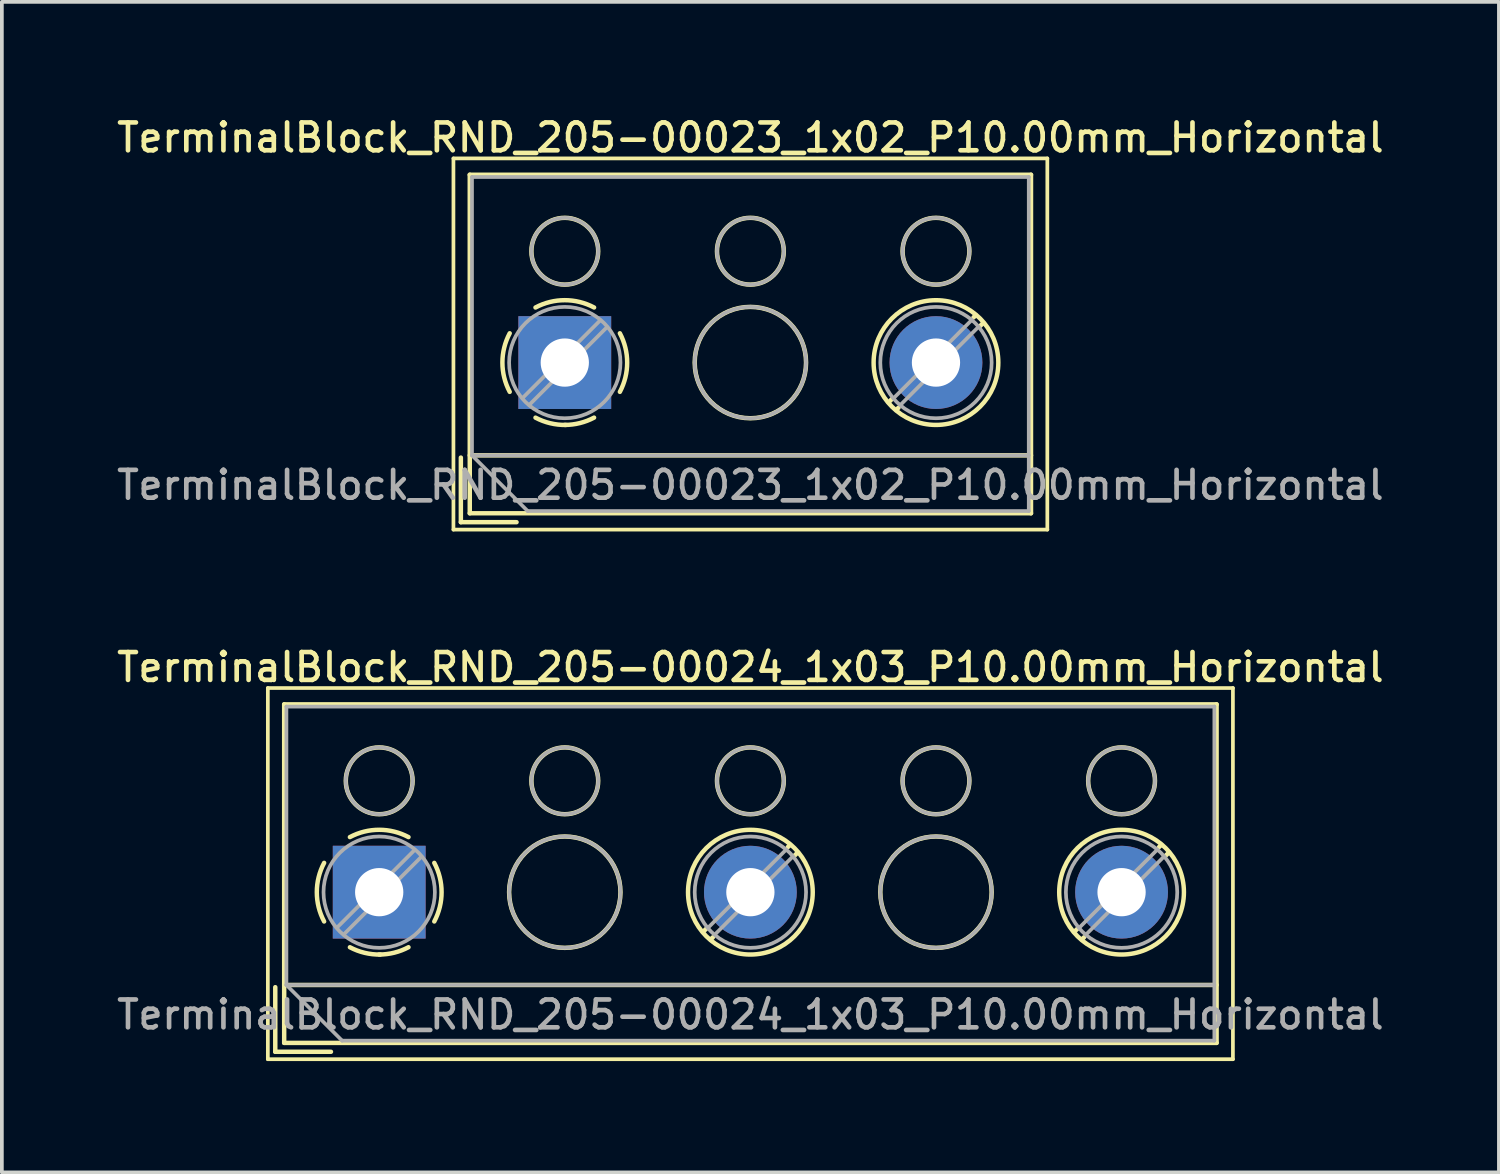
<source format=kicad_pcb>
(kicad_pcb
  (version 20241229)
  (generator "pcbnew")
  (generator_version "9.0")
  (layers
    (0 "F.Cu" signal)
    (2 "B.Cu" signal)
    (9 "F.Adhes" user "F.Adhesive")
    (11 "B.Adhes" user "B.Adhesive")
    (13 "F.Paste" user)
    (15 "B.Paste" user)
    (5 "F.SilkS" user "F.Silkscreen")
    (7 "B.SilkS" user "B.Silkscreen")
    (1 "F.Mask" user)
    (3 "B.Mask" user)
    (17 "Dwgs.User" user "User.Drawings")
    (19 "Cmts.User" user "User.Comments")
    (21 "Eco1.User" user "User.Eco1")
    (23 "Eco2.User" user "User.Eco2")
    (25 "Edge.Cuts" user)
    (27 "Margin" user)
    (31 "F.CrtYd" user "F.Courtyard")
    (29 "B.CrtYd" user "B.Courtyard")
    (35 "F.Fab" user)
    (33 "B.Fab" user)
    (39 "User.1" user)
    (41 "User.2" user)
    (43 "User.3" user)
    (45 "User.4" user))
  (footprint "TerminalBlock_RND_205-00024_1x03_P10.00mm_Horizontal"
    (layer "F.Cu")
    (at 7.166 20.986)
    (property "Reference" "TerminalBlock_RND_205-00024_1x03_P10.00mm_Horizontal" (at 10 -6.06 0) (layer "F.SilkS") (effects (font (size 0.75 0.75) (thickness 0.125))))
    (attr through_hole)
    (fp_line (start -3 -5.5) (end -3 4.5) (stroke (width 0.1) (type solid)) (layer "F.SilkS"))
    (fp_line (start -3 4.5) (end 23 4.5) (stroke (width 0.1) (type solid)) (layer "F.SilkS"))
    (fp_line (start -2.8 2.56) (end -2.8 4.3) (stroke (width 0.12) (type solid)) (layer "F.SilkS"))
    (fp_line (start -2.8 4.3) (end -1.3 4.3) (stroke (width 0.12) (type solid)) (layer "F.SilkS"))
    (fp_line (start -2.56 -5.06) (end -2.56 4.06) (stroke (width 0.12) (type solid)) (layer "F.SilkS"))
    (fp_line (start -2.56 -5.06) (end 22.56 -5.06) (stroke (width 0.12) (type solid)) (layer "F.SilkS"))
    (fp_line (start -2.56 2.5) (end 22.56 2.5) (stroke (width 0.12) (type solid)) (layer "F.SilkS"))
    (fp_line (start -2.56 4.06) (end 22.56 4.06) (stroke (width 0.12) (type solid)) (layer "F.SilkS"))
    (fp_line (start 8.82 0.976) (end 8.726 1.069) (stroke (width 0.12) (type solid)) (layer "F.SilkS"))
    (fp_line (start 8.99 1.216) (end 8.931 1.274) (stroke (width 0.12) (type solid)) (layer "F.SilkS"))
    (fp_line (start 11.07 -1.275) (end 11.011 -1.216) (stroke (width 0.12) (type solid)) (layer "F.SilkS"))
    (fp_line (start 11.275 -1.069) (end 11.181 -0.976) (stroke (width 0.12) (type solid)) (layer "F.SilkS"))
    (fp_line (start 18.82 0.976) (end 18.726 1.069) (stroke (width 0.12) (type solid)) (layer "F.SilkS"))
    (fp_line (start 18.99 1.216) (end 18.931 1.274) (stroke (width 0.12) (type solid)) (layer "F.SilkS"))
    (fp_line (start 21.07 -1.275) (end 21.011 -1.216) (stroke (width 0.12) (type solid)) (layer "F.SilkS"))
    (fp_line (start 21.275 -1.069) (end 21.181 -0.976) (stroke (width 0.12) (type solid)) (layer "F.SilkS"))
    (fp_line (start 22.56 -5.06) (end 22.56 4.06) (stroke (width 0.12) (type solid)) (layer "F.SilkS"))
    (fp_line (start 23 -5.5) (end -3 -5.5) (stroke (width 0.1) (type solid)) (layer "F.SilkS"))
    (fp_line (start 23 4.5) (end 23 -5.5) (stroke (width 0.1) (type solid)) (layer "F.SilkS"))
    (fp_arc (start -1.483953 0.789089) (mid -1.680708 0.00005) (end -1.484 -0.789) (stroke (width 0.12) (type solid)) (layer "F.SilkS"))
    (fp_arc (start -0.789089 -1.483953) (mid -0.00005 -1.680708) (end 0.789 -1.484) (stroke (width 0.12) (type solid)) (layer "F.SilkS"))
    (fp_arc (start 0.029383 1.68045) (mid -0.392304 1.634281) (end -0.789 1.484) (stroke (width 0.12) (type solid)) (layer "F.SilkS"))
    (fp_arc (start 0.788712 1.483352) (mid 0.406429 1.630097) (end 0 1.68) (stroke (width 0.12) (type solid)) (layer "F.SilkS"))
    (fp_arc (start 1.483953 -0.789089) (mid 1.680708 -0.00005) (end 1.484 0.789) (stroke (width 0.12) (type solid)) (layer "F.SilkS"))
    (fp_circle (center 0 -3) (end 0.9 -3) (stroke (width 0.12) (type solid)) (fill no) (layer "F.SilkS"))
    (fp_circle (center 5 -3) (end 5.9 -3) (stroke (width 0.12) (type solid)) (fill no) (layer "F.SilkS"))
    (fp_circle (center 5 0) (end 6.5 0) (stroke (width 0.12) (type solid)) (fill no) (layer "F.SilkS"))
    (fp_circle (center 10 -3) (end 10.9 -3) (stroke (width 0.12) (type solid)) (fill no) (layer "F.SilkS"))
    (fp_circle (center 10 0) (end 11.68 0) (stroke (width 0.12) (type solid)) (fill no) (layer "F.SilkS"))
    (fp_circle (center 15 -3) (end 15.9 -3) (stroke (width 0.12) (type solid)) (fill no) (layer "F.SilkS"))
    (fp_circle (center 15 0) (end 16.5 0) (stroke (width 0.12) (type solid)) (fill no) (layer "F.SilkS"))
    (fp_circle (center 20 -3) (end 20.9 -3) (stroke (width 0.12) (type solid)) (fill no) (layer "F.SilkS"))
    (fp_circle (center 20 0) (end 21.68 0) (stroke (width 0.12) (type solid)) (fill no) (layer "F.SilkS"))
    (fp_line (start -2.5 -5) (end 22.5 -5) (stroke (width 0.1) (type solid)) (layer "F.Fab"))
    (fp_line (start -2.5 2.5) (end -2.5 -5) (stroke (width 0.1) (type solid)) (layer "F.Fab"))
    (fp_line (start -2.5 2.5) (end 22.5 2.5) (stroke (width 0.1) (type solid)) (layer "F.Fab"))
    (fp_line (start -1 4) (end -2.5 2.5) (stroke (width 0.1) (type solid)) (layer "F.Fab"))
    (fp_line (start 0.955 -1.138) (end -1.138 0.955) (stroke (width 0.1) (type solid)) (layer "F.Fab"))
    (fp_line (start 1.138 -0.955) (end -0.955 1.138) (stroke (width 0.1) (type solid)) (layer "F.Fab"))
    (fp_line (start 10.955 -1.138) (end 8.863 0.955) (stroke (width 0.1) (type solid)) (layer "F.Fab"))
    (fp_line (start 11.138 -0.955) (end 9.046 1.138) (stroke (width 0.1) (type solid)) (layer "F.Fab"))
    (fp_line (start 20.955 -1.138) (end 18.863 0.955) (stroke (width 0.1) (type solid)) (layer "F.Fab"))
    (fp_line (start 21.138 -0.955) (end 19.046 1.138) (stroke (width 0.1) (type solid)) (layer "F.Fab"))
    (fp_line (start 22.5 -5) (end 22.5 4) (stroke (width 0.1) (type solid)) (layer "F.Fab"))
    (fp_line (start 22.5 4) (end -1 4) (stroke (width 0.1) (type solid)) (layer "F.Fab"))
    (fp_circle (center 0 -3) (end 0.9 -3) (stroke (width 0.1) (type solid)) (fill no) (layer "F.Fab"))
    (fp_circle (center 0 0) (end 1.5 0) (stroke (width 0.1) (type solid)) (fill no) (layer "F.Fab"))
    (fp_circle (center 5 -3) (end 5.9 -3) (stroke (width 0.1) (type solid)) (fill no) (layer "F.Fab"))
    (fp_circle (center 5 0) (end 6.5 0) (stroke (width 0.1) (type solid)) (fill no) (layer "F.Fab"))
    (fp_circle (center 10 -3) (end 10.9 -3) (stroke (width 0.1) (type solid)) (fill no) (layer "F.Fab"))
    (fp_circle (center 10 0) (end 11.5 0) (stroke (width 0.1) (type solid)) (fill no) (layer "F.Fab"))
    (fp_circle (center 15 -3) (end 15.9 -3) (stroke (width 0.1) (type solid)) (fill no) (layer "F.Fab"))
    (fp_circle (center 15 0) (end 16.5 0) (stroke (width 0.1) (type solid)) (fill no) (layer "F.Fab"))
    (fp_circle (center 20 -3) (end 20.9 -3) (stroke (width 0.1) (type solid)) (fill no) (layer "F.Fab"))
    (fp_circle (center 20 0) (end 21.5 0) (stroke (width 0.1) (type solid)) (fill no) (layer "F.Fab"))
    (fp_text user "${REFERENCE}" (at 10 3.3 0) (layer "F.Fab") (effects (font (size 0.75 0.75) (thickness 0.125))))
    (pad "1" thru_hole rect (at 0 0) (size 2.5 2.5) (drill 1.3) (layers "*.Cu" "*.Mask"))
    (pad "2" thru_hole circle (at 10 0) (size 2.5 2.5) (drill 1.3) (layers "*.Cu" "*.Mask"))
    (pad "3" thru_hole circle (at 20 0) (size 2.5 2.5) (drill 1.3) (layers "*.Cu" "*.Mask")))
  (footprint "TerminalBlock_RND_205-00023_1x02_P10.00mm_Horizontal"
    (layer "F.Cu")
    (at 12.166 6.718)
    (property "Reference" "TerminalBlock_RND_205-00023_1x02_P10.00mm_Horizontal" (at 5 -6.06 0) (layer "F.SilkS") (effects (font (size 0.75 0.75) (thickness 0.125))))
    (attr through_hole)
    (fp_line (start -3 -5.5) (end -3 4.5) (stroke (width 0.1) (type solid)) (layer "F.SilkS"))
    (fp_line (start -3 4.5) (end 13 4.5) (stroke (width 0.1) (type solid)) (layer "F.SilkS"))
    (fp_line (start -2.8 2.56) (end -2.8 4.3) (stroke (width 0.12) (type solid)) (layer "F.SilkS"))
    (fp_line (start -2.8 4.3) (end -1.3 4.3) (stroke (width 0.12) (type solid)) (layer "F.SilkS"))
    (fp_line (start -2.56 -5.06) (end -2.56 4.06) (stroke (width 0.12) (type solid)) (layer "F.SilkS"))
    (fp_line (start -2.56 -5.06) (end 12.56 -5.06) (stroke (width 0.12) (type solid)) (layer "F.SilkS"))
    (fp_line (start -2.56 2.5) (end 12.56 2.5) (stroke (width 0.12) (type solid)) (layer "F.SilkS"))
    (fp_line (start -2.56 4.06) (end 12.56 4.06) (stroke (width 0.12) (type solid)) (layer "F.SilkS"))
    (fp_line (start 8.82 0.976) (end 8.726 1.069) (stroke (width 0.12) (type solid)) (layer "F.SilkS"))
    (fp_line (start 8.99 1.216) (end 8.931 1.274) (stroke (width 0.12) (type solid)) (layer "F.SilkS"))
    (fp_line (start 11.07 -1.275) (end 11.011 -1.216) (stroke (width 0.12) (type solid)) (layer "F.SilkS"))
    (fp_line (start 11.275 -1.069) (end 11.181 -0.976) (stroke (width 0.12) (type solid)) (layer "F.SilkS"))
    (fp_line (start 12.56 -5.06) (end 12.56 4.06) (stroke (width 0.12) (type solid)) (layer "F.SilkS"))
    (fp_line (start 13 -5.5) (end -3 -5.5) (stroke (width 0.1) (type solid)) (layer "F.SilkS"))
    (fp_line (start 13 4.5) (end 13 -5.5) (stroke (width 0.1) (type solid)) (layer "F.SilkS"))
    (fp_arc (start -1.483953 0.789089) (mid -1.680708 0.00005) (end -1.484 -0.789) (stroke (width 0.12) (type solid)) (layer "F.SilkS"))
    (fp_arc (start -0.789089 -1.483953) (mid -0.00005 -1.680708) (end 0.789 -1.484) (stroke (width 0.12) (type solid)) (layer "F.SilkS"))
    (fp_arc (start 0.029383 1.68045) (mid -0.392304 1.634281) (end -0.789 1.484) (stroke (width 0.12) (type solid)) (layer "F.SilkS"))
    (fp_arc (start 0.788712 1.483352) (mid 0.406429 1.630097) (end 0 1.68) (stroke (width 0.12) (type solid)) (layer "F.SilkS"))
    (fp_arc (start 1.483953 -0.789089) (mid 1.680708 -0.00005) (end 1.484 0.789) (stroke (width 0.12) (type solid)) (layer "F.SilkS"))
    (fp_circle (center 0 -3) (end 0.9 -3) (stroke (width 0.12) (type solid)) (fill no) (layer "F.SilkS"))
    (fp_circle (center 5 -3) (end 5.9 -3) (stroke (width 0.12) (type solid)) (fill no) (layer "F.SilkS"))
    (fp_circle (center 5 0) (end 6.5 0) (stroke (width 0.12) (type solid)) (fill no) (layer "F.SilkS"))
    (fp_circle (center 10 -3) (end 10.9 -3) (stroke (width 0.12) (type solid)) (fill no) (layer "F.SilkS"))
    (fp_circle (center 10 0) (end 11.68 0) (stroke (width 0.12) (type solid)) (fill no) (layer "F.SilkS"))
    (fp_line (start -2.5 -5) (end 12.5 -5) (stroke (width 0.1) (type solid)) (layer "F.Fab"))
    (fp_line (start -2.5 2.5) (end -2.5 -5) (stroke (width 0.1) (type solid)) (layer "F.Fab"))
    (fp_line (start -2.5 2.5) (end 12.5 2.5) (stroke (width 0.1) (type solid)) (layer "F.Fab"))
    (fp_line (start -1 4) (end -2.5 2.5) (stroke (width 0.1) (type solid)) (layer "F.Fab"))
    (fp_line (start 0.955 -1.138) (end -1.138 0.955) (stroke (width 0.1) (type solid)) (layer "F.Fab"))
    (fp_line (start 1.138 -0.955) (end -0.955 1.138) (stroke (width 0.1) (type solid)) (layer "F.Fab"))
    (fp_line (start 10.955 -1.138) (end 8.863 0.955) (stroke (width 0.1) (type solid)) (layer "F.Fab"))
    (fp_line (start 11.138 -0.955) (end 9.046 1.138) (stroke (width 0.1) (type solid)) (layer "F.Fab"))
    (fp_line (start 12.5 -5) (end 12.5 4) (stroke (width 0.1) (type solid)) (layer "F.Fab"))
    (fp_line (start 12.5 4) (end -1 4) (stroke (width 0.1) (type solid)) (layer "F.Fab"))
    (fp_circle (center 0 -3) (end 0.9 -3) (stroke (width 0.1) (type solid)) (fill no) (layer "F.Fab"))
    (fp_circle (center 0 0) (end 1.5 0) (stroke (width 0.1) (type solid)) (fill no) (layer "F.Fab"))
    (fp_circle (center 5 -3) (end 5.9 -3) (stroke (width 0.1) (type solid)) (fill no) (layer "F.Fab"))
    (fp_circle (center 5 0) (end 6.5 0) (stroke (width 0.1) (type solid)) (fill no) (layer "F.Fab"))
    (fp_circle (center 10 -3) (end 10.9 -3) (stroke (width 0.1) (type solid)) (fill no) (layer "F.Fab"))
    (fp_circle (center 10 0) (end 11.5 0) (stroke (width 0.1) (type solid)) (fill no) (layer "F.Fab"))
    (fp_text user "${REFERENCE}" (at 5 3.3 0) (layer "F.Fab") (effects (font (size 0.75 0.75) (thickness 0.125))))
    (pad "1" thru_hole rect (at 0 0) (size 2.5 2.5) (drill 1.3) (layers "*.Cu" "*.Mask"))
    (pad "2" thru_hole circle (at 10 0) (size 2.5 2.5) (drill 1.3) (layers "*.Cu" "*.Mask")))
  (gr_rect
    (start -3 -3)
    (end 37.332 28.536)
    (stroke (width 0.1) (type default))
    (fill no)
    (layer "Edge.Cuts")))
</source>
